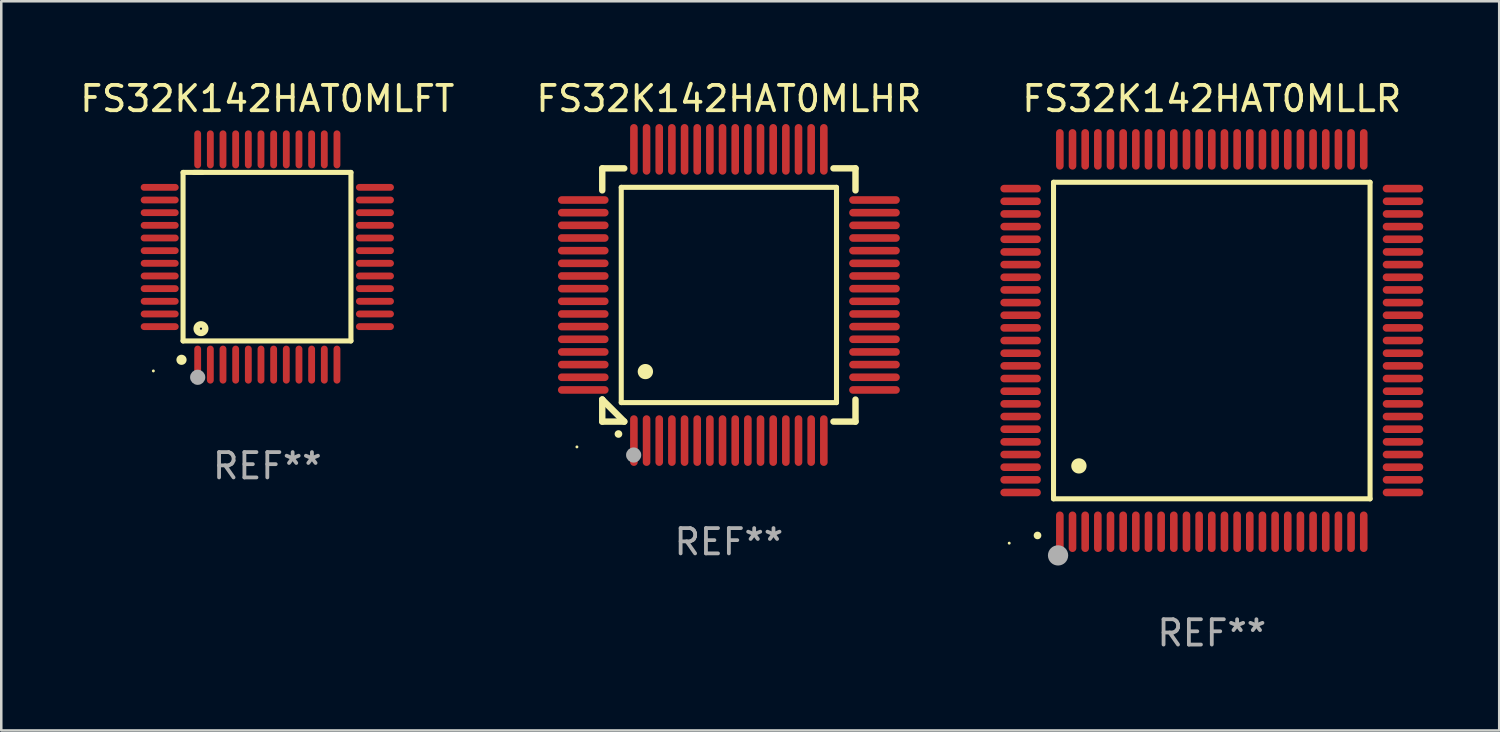
<source format=kicad_pcb>
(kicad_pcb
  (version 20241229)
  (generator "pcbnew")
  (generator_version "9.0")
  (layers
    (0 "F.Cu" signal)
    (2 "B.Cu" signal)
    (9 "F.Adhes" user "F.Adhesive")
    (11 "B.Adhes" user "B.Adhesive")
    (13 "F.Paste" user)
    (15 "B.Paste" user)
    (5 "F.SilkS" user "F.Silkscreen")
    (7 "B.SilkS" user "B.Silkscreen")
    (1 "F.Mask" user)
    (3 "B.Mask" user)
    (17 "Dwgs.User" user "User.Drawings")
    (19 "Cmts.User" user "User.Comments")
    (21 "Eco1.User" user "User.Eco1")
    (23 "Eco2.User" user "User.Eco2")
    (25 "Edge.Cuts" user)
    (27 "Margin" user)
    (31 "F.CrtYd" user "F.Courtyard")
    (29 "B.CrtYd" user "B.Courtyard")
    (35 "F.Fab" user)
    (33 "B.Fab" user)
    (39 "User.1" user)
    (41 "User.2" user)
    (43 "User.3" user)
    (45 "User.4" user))
  (footprint "FS32K142HAT0MLLR"
    (layer "F.Cu")
    (at 44.802 10.398)
    (property "Reference" "FS32K142HAT0MLLR" (at 0 -9.55 0) (layer "F.SilkS") (effects (font (size 1 1) (thickness 0.15))))
    (attr through_hole)
    (fp_line (start -6.25 -6.25) (end -6.25 6.25) (stroke (width 0.2) (type solid)) (layer "F.SilkS"))
    (fp_line (start -6.25 6.25) (end 6.25 6.25) (stroke (width 0.2) (type solid)) (layer "F.SilkS"))
    (fp_line (start 6.25 -6.25) (end -6.25 -6.25) (stroke (width 0.2) (type solid)) (layer "F.SilkS"))
    (fp_line (start 6.25 6.25) (end 6.25 -6.25) (stroke (width 0.2) (type solid)) (layer "F.SilkS"))
    (fp_arc (start -6.883414 7.696215) (mid -6.882144 7.69621) (end -6.880874 7.696215) (stroke (width 0.3) (type solid)) (layer "F.SilkS"))
    (fp_arc (start -5.250191 4.95047) (mid -5.247651 4.950459) (end -5.245111 4.95047) (stroke (width 0.6) (type solid)) (layer "F.SilkS"))
    (fp_circle (center -8 8) (end -7.97 8) (stroke (width 0.06) (type solid)) (fill no) (layer "F.SilkS"))
    (fp_circle (center -6.071 8.484) (end -5.871 8.484) (stroke (width 0.4) (type solid)) (fill no) (layer "F.Fab"))
    (fp_text user "REF**" (at 0 11.55 0) (layer "F.Fab") (effects (font (size 1 1) (thickness 0.15))))
    (pad "1" smd oval (at -6 7.55) (size 0.3 1.6) (layers "F.Cu" "F.Mask" "F.Paste"))
    (pad "2" smd oval (at -5.5 7.55) (size 0.3 1.6) (layers "F.Cu" "F.Mask" "F.Paste"))
    (pad "3" smd oval (at -5 7.55) (size 0.3 1.6) (layers "F.Cu" "F.Mask" "F.Paste"))
    (pad "4" smd oval (at -4.5 7.55) (size 0.3 1.6) (layers "F.Cu" "F.Mask" "F.Paste"))
    (pad "5" smd oval (at -4 7.55) (size 0.3 1.6) (layers "F.Cu" "F.Mask" "F.Paste"))
    (pad "6" smd oval (at -3.5 7.55) (size 0.3 1.6) (layers "F.Cu" "F.Mask" "F.Paste"))
    (pad "7" smd oval (at -3 7.55) (size 0.3 1.6) (layers "F.Cu" "F.Mask" "F.Paste"))
    (pad "8" smd oval (at -2.5 7.55) (size 0.3 1.6) (layers "F.Cu" "F.Mask" "F.Paste"))
    (pad "9" smd oval (at -2 7.55) (size 0.3 1.6) (layers "F.Cu" "F.Mask" "F.Paste"))
    (pad "10" smd oval (at -1.5 7.55) (size 0.3 1.6) (layers "F.Cu" "F.Mask" "F.Paste"))
    (pad "11" smd oval (at -1 7.55) (size 0.3 1.6) (layers "F.Cu" "F.Mask" "F.Paste"))
    (pad "12" smd oval (at -0.5 7.55) (size 0.3 1.6) (layers "F.Cu" "F.Mask" "F.Paste"))
    (pad "13" smd oval (at 0 7.55) (size 0.3 1.6) (layers "F.Cu" "F.Mask" "F.Paste"))
    (pad "14" smd oval (at 0.5 7.55) (size 0.3 1.6) (layers "F.Cu" "F.Mask" "F.Paste"))
    (pad "15" smd oval (at 1 7.55) (size 0.3 1.6) (layers "F.Cu" "F.Mask" "F.Paste"))
    (pad "16" smd oval (at 1.5 7.55) (size 0.3 1.6) (layers "F.Cu" "F.Mask" "F.Paste"))
    (pad "17" smd oval (at 2 7.55) (size 0.3 1.6) (layers "F.Cu" "F.Mask" "F.Paste"))
    (pad "18" smd oval (at 2.5 7.55) (size 0.3 1.6) (layers "F.Cu" "F.Mask" "F.Paste"))
    (pad "19" smd oval (at 3 7.55) (size 0.3 1.6) (layers "F.Cu" "F.Mask" "F.Paste"))
    (pad "20" smd oval (at 3.5 7.55) (size 0.3 1.6) (layers "F.Cu" "F.Mask" "F.Paste"))
    (pad "21" smd oval (at 4 7.55) (size 0.3 1.6) (layers "F.Cu" "F.Mask" "F.Paste"))
    (pad "22" smd oval (at 4.5 7.55) (size 0.3 1.6) (layers "F.Cu" "F.Mask" "F.Paste"))
    (pad "23" smd oval (at 5 7.55) (size 0.3 1.6) (layers "F.Cu" "F.Mask" "F.Paste"))
    (pad "24" smd oval (at 5.5 7.55) (size 0.3 1.6) (layers "F.Cu" "F.Mask" "F.Paste"))
    (pad "25" smd oval (at 6 7.55) (size 0.3 1.6) (layers "F.Cu" "F.Mask" "F.Paste"))
    (pad "26" smd oval (at 7.55 6) (size 1.6 0.3) (layers "F.Cu" "F.Mask" "F.Paste"))
    (pad "27" smd oval (at 7.55 5.5) (size 1.6 0.3) (layers "F.Cu" "F.Mask" "F.Paste"))
    (pad "28" smd oval (at 7.55 5) (size 1.6 0.3) (layers "F.Cu" "F.Mask" "F.Paste"))
    (pad "29" smd oval (at 7.55 4.5) (size 1.6 0.3) (layers "F.Cu" "F.Mask" "F.Paste"))
    (pad "30" smd oval (at 7.55 4) (size 1.6 0.3) (layers "F.Cu" "F.Mask" "F.Paste"))
    (pad "31" smd oval (at 7.55 3.5) (size 1.6 0.3) (layers "F.Cu" "F.Mask" "F.Paste"))
    (pad "32" smd oval (at 7.55 3) (size 1.6 0.3) (layers "F.Cu" "F.Mask" "F.Paste"))
    (pad "33" smd oval (at 7.55 2.5) (size 1.6 0.3) (layers "F.Cu" "F.Mask" "F.Paste"))
    (pad "34" smd oval (at 7.55 2) (size 1.6 0.3) (layers "F.Cu" "F.Mask" "F.Paste"))
    (pad "35" smd oval (at 7.55 1.5) (size 1.6 0.3) (layers "F.Cu" "F.Mask" "F.Paste"))
    (pad "36" smd oval (at 7.55 1) (size 1.6 0.3) (layers "F.Cu" "F.Mask" "F.Paste"))
    (pad "37" smd oval (at 7.55 0.5) (size 1.6 0.3) (layers "F.Cu" "F.Mask" "F.Paste"))
    (pad "38" smd oval (at 7.55 0) (size 1.6 0.3) (layers "F.Cu" "F.Mask" "F.Paste"))
    (pad "39" smd oval (at 7.55 -0.5) (size 1.6 0.3) (layers "F.Cu" "F.Mask" "F.Paste"))
    (pad "40" smd oval (at 7.55 -1) (size 1.6 0.3) (layers "F.Cu" "F.Mask" "F.Paste"))
    (pad "41" smd oval (at 7.55 -1.5) (size 1.6 0.3) (layers "F.Cu" "F.Mask" "F.Paste"))
    (pad "42" smd oval (at 7.55 -2) (size 1.6 0.3) (layers "F.Cu" "F.Mask" "F.Paste"))
    (pad "43" smd oval (at 7.55 -2.5) (size 1.6 0.3) (layers "F.Cu" "F.Mask" "F.Paste"))
    (pad "44" smd oval (at 7.55 -3) (size 1.6 0.3) (layers "F.Cu" "F.Mask" "F.Paste"))
    (pad "45" smd oval (at 7.55 -3.5) (size 1.6 0.3) (layers "F.Cu" "F.Mask" "F.Paste"))
    (pad "46" smd oval (at 7.55 -4) (size 1.6 0.3) (layers "F.Cu" "F.Mask" "F.Paste"))
    (pad "47" smd oval (at 7.55 -4.5) (size 1.6 0.3) (layers "F.Cu" "F.Mask" "F.Paste"))
    (pad "48" smd oval (at 7.55 -5) (size 1.6 0.3) (layers "F.Cu" "F.Mask" "F.Paste"))
    (pad "49" smd oval (at 7.55 -5.5) (size 1.6 0.3) (layers "F.Cu" "F.Mask" "F.Paste"))
    (pad "50" smd oval (at 7.55 -6) (size 1.6 0.3) (layers "F.Cu" "F.Mask" "F.Paste"))
    (pad "51" smd oval (at 6 -7.55) (size 0.3 1.6) (layers "F.Cu" "F.Mask" "F.Paste"))
    (pad "52" smd oval (at 5.5 -7.55) (size 0.3 1.6) (layers "F.Cu" "F.Mask" "F.Paste"))
    (pad "53" smd oval (at 5 -7.55) (size 0.3 1.6) (layers "F.Cu" "F.Mask" "F.Paste"))
    (pad "54" smd oval (at 4.5 -7.55) (size 0.3 1.6) (layers "F.Cu" "F.Mask" "F.Paste"))
    (pad "55" smd oval (at 4 -7.55) (size 0.3 1.6) (layers "F.Cu" "F.Mask" "F.Paste"))
    (pad "56" smd oval (at 3.5 -7.55) (size 0.3 1.6) (layers "F.Cu" "F.Mask" "F.Paste"))
    (pad "57" smd oval (at 3 -7.55) (size 0.3 1.6) (layers "F.Cu" "F.Mask" "F.Paste"))
    (pad "58" smd oval (at 2.5 -7.55) (size 0.3 1.6) (layers "F.Cu" "F.Mask" "F.Paste"))
    (pad "59" smd oval (at 2 -7.55) (size 0.3 1.6) (layers "F.Cu" "F.Mask" "F.Paste"))
    (pad "60" smd oval (at 1.5 -7.55) (size 0.3 1.6) (layers "F.Cu" "F.Mask" "F.Paste"))
    (pad "61" smd oval (at 1 -7.55) (size 0.3 1.6) (layers "F.Cu" "F.Mask" "F.Paste"))
    (pad "62" smd oval (at 0.5 -7.55) (size 0.3 1.6) (layers "F.Cu" "F.Mask" "F.Paste"))
    (pad "63" smd oval (at 0 -7.55) (size 0.3 1.6) (layers "F.Cu" "F.Mask" "F.Paste"))
    (pad "64" smd oval (at -0.5 -7.55) (size 0.3 1.6) (layers "F.Cu" "F.Mask" "F.Paste"))
    (pad "65" smd oval (at -1 -7.55) (size 0.3 1.6) (layers "F.Cu" "F.Mask" "F.Paste"))
    (pad "66" smd oval (at -1.5 -7.55) (size 0.3 1.6) (layers "F.Cu" "F.Mask" "F.Paste"))
    (pad "67" smd oval (at -2 -7.55) (size 0.3 1.6) (layers "F.Cu" "F.Mask" "F.Paste"))
    (pad "68" smd oval (at -2.5 -7.55) (size 0.3 1.6) (layers "F.Cu" "F.Mask" "F.Paste"))
    (pad "69" smd oval (at -3 -7.55) (size 0.3 1.6) (layers "F.Cu" "F.Mask" "F.Paste"))
    (pad "70" smd oval (at -3.5 -7.55) (size 0.3 1.6) (layers "F.Cu" "F.Mask" "F.Paste"))
    (pad "71" smd oval (at -4 -7.55) (size 0.3 1.6) (layers "F.Cu" "F.Mask" "F.Paste"))
    (pad "72" smd oval (at -4.5 -7.55) (size 0.3 1.6) (layers "F.Cu" "F.Mask" "F.Paste"))
    (pad "73" smd oval (at -5 -7.55) (size 0.3 1.6) (layers "F.Cu" "F.Mask" "F.Paste"))
    (pad "74" smd oval (at -5.5 -7.55) (size 0.3 1.6) (layers "F.Cu" "F.Mask" "F.Paste"))
    (pad "75" smd oval (at -6 -7.55) (size 0.3 1.6) (layers "F.Cu" "F.Mask" "F.Paste"))
    (pad "76" smd oval (at -7.55 -6) (size 1.6 0.3) (layers "F.Cu" "F.Mask" "F.Paste"))
    (pad "77" smd oval (at -7.55 -5.5) (size 1.6 0.3) (layers "F.Cu" "F.Mask" "F.Paste"))
    (pad "78" smd oval (at -7.55 -5) (size 1.6 0.3) (layers "F.Cu" "F.Mask" "F.Paste"))
    (pad "79" smd oval (at -7.55 -4.5) (size 1.6 0.3) (layers "F.Cu" "F.Mask" "F.Paste"))
    (pad "80" smd oval (at -7.55 -4) (size 1.6 0.3) (layers "F.Cu" "F.Mask" "F.Paste"))
    (pad "81" smd oval (at -7.55 -3.5) (size 1.6 0.3) (layers "F.Cu" "F.Mask" "F.Paste"))
    (pad "82" smd oval (at -7.55 -3) (size 1.6 0.3) (layers "F.Cu" "F.Mask" "F.Paste"))
    (pad "83" smd oval (at -7.55 -2.5) (size 1.6 0.3) (layers "F.Cu" "F.Mask" "F.Paste"))
    (pad "84" smd oval (at -7.55 -2) (size 1.6 0.3) (layers "F.Cu" "F.Mask" "F.Paste"))
    (pad "85" smd oval (at -7.55 -1.5) (size 1.6 0.3) (layers "F.Cu" "F.Mask" "F.Paste"))
    (pad "86" smd oval (at -7.55 -1) (size 1.6 0.3) (layers "F.Cu" "F.Mask" "F.Paste"))
    (pad "87" smd oval (at -7.55 -0.5) (size 1.6 0.3) (layers "F.Cu" "F.Mask" "F.Paste"))
    (pad "88" smd oval (at -7.55 0) (size 1.6 0.3) (layers "F.Cu" "F.Mask" "F.Paste"))
    (pad "89" smd oval (at -7.55 0.5) (size 1.6 0.3) (layers "F.Cu" "F.Mask" "F.Paste"))
    (pad "90" smd oval (at -7.55 1) (size 1.6 0.3) (layers "F.Cu" "F.Mask" "F.Paste"))
    (pad "91" smd oval (at -7.55 1.5) (size 1.6 0.3) (layers "F.Cu" "F.Mask" "F.Paste"))
    (pad "92" smd oval (at -7.55 2) (size 1.6 0.3) (layers "F.Cu" "F.Mask" "F.Paste"))
    (pad "93" smd oval (at -7.55 2.5) (size 1.6 0.3) (layers "F.Cu" "F.Mask" "F.Paste"))
    (pad "94" smd oval (at -7.55 3) (size 1.6 0.3) (layers "F.Cu" "F.Mask" "F.Paste"))
    (pad "95" smd oval (at -7.55 3.5) (size 1.6 0.3) (layers "F.Cu" "F.Mask" "F.Paste"))
    (pad "96" smd oval (at -7.55 4) (size 1.6 0.3) (layers "F.Cu" "F.Mask" "F.Paste"))
    (pad "97" smd oval (at -7.55 4.5) (size 1.6 0.3) (layers "F.Cu" "F.Mask" "F.Paste"))
    (pad "98" smd oval (at -7.55 5) (size 1.6 0.3) (layers "F.Cu" "F.Mask" "F.Paste"))
    (pad "99" smd oval (at -7.55 5.5) (size 1.6 0.3) (layers "F.Cu" "F.Mask" "F.Paste"))
    (pad "100" smd oval (at -7.55 6) (size 1.6 0.3) (layers "F.Cu" "F.Mask" "F.Paste")))
  (footprint "FS32K142HAT0MLHR"
    (layer "F.Cu")
    (at 25.732 8.598)
    (property "Reference" "FS32K142HAT0MLHR" (at 0 -7.75 0) (layer "F.SilkS") (effects (font (size 1 1) (thickness 0.15))))
    (attr through_hole)
    (fp_line (start -5 -5) (end -4.131 -5) (stroke (width 0.254) (type solid)) (layer "F.SilkS"))
    (fp_line (start -5 -4.131) (end -5 -5) (stroke (width 0.254) (type solid)) (layer "F.SilkS"))
    (fp_line (start -5 4.131) (end -5 4.131) (stroke (width 0.254) (type solid)) (layer "F.SilkS"))
    (fp_line (start -5 5) (end -5 4.131) (stroke (width 0.254) (type solid)) (layer "F.SilkS"))
    (fp_line (start -5 4.131) (end -4.131 5) (stroke (width 0.254) (type solid)) (layer "F.SilkS"))
    (fp_line (start -4.25 -4.25) (end -4.25 4.25) (stroke (width 0.2) (type solid)) (layer "F.SilkS"))
    (fp_line (start -4.25 4.25) (end 4.25 4.25) (stroke (width 0.2) (type solid)) (layer "F.SilkS"))
    (fp_line (start -4.131 5) (end -5 5) (stroke (width 0.254) (type solid)) (layer "F.SilkS"))
    (fp_line (start 4.25 -4.25) (end -4.25 -4.25) (stroke (width 0.2) (type solid)) (layer "F.SilkS"))
    (fp_line (start 4.25 4.25) (end 4.25 -4.25) (stroke (width 0.2) (type solid)) (layer "F.SilkS"))
    (fp_line (start 5 -5) (end 4.131 -5) (stroke (width 0.254) (type solid)) (layer "F.SilkS"))
    (fp_line (start 5 -5) (end 5 -4.131) (stroke (width 0.254) (type solid)) (layer "F.SilkS"))
    (fp_line (start 5 4.131) (end 5 5) (stroke (width 0.254) (type solid)) (layer "F.SilkS"))
    (fp_line (start 5 5) (end 4.131 5) (stroke (width 0.254) (type solid)) (layer "F.SilkS"))
    (fp_arc (start -4.361265 5.489992) (mid -4.359995 5.489987) (end -4.358725 5.489992) (stroke (width 0.3) (type solid)) (layer "F.SilkS"))
    (fp_arc (start -3.299467 3.025146) (mid -3.296927 3.025135) (end -3.294387 3.025146) (stroke (width 0.6) (type solid)) (layer "F.SilkS"))
    (fp_circle (center -6 6) (end -5.97 6) (stroke (width 0.06) (type solid)) (fill no) (layer "F.SilkS"))
    (fp_circle (center -3.76 6.32) (end -3.61 6.32) (stroke (width 0.3) (type solid)) (fill no) (layer "F.Fab"))
    (fp_text user "REF**" (at 0 9.75 0) (layer "F.Fab") (effects (font (size 1 1) (thickness 0.15))))
    (pad "1" smd oval (at -3.75 5.75) (size 0.3 2) (layers "F.Cu" "F.Mask" "F.Paste"))
    (pad "2" smd oval (at -3.25 5.75) (size 0.3 2) (layers "F.Cu" "F.Mask" "F.Paste"))
    (pad "3" smd oval (at -2.75 5.75) (size 0.3 2) (layers "F.Cu" "F.Mask" "F.Paste"))
    (pad "4" smd oval (at -2.25 5.75) (size 0.3 2) (layers "F.Cu" "F.Mask" "F.Paste"))
    (pad "5" smd oval (at -1.75 5.75) (size 0.3 2) (layers "F.Cu" "F.Mask" "F.Paste"))
    (pad "6" smd oval (at -1.25 5.75) (size 0.3 2) (layers "F.Cu" "F.Mask" "F.Paste"))
    (pad "7" smd oval (at -0.75 5.75) (size 0.3 2) (layers "F.Cu" "F.Mask" "F.Paste"))
    (pad "8" smd oval (at -0.25 5.75) (size 0.3 2) (layers "F.Cu" "F.Mask" "F.Paste"))
    (pad "9" smd oval (at 0.25 5.75) (size 0.3 2) (layers "F.Cu" "F.Mask" "F.Paste"))
    (pad "10" smd oval (at 0.75 5.75) (size 0.3 2) (layers "F.Cu" "F.Mask" "F.Paste"))
    (pad "11" smd oval (at 1.25 5.75) (size 0.3 2) (layers "F.Cu" "F.Mask" "F.Paste"))
    (pad "12" smd oval (at 1.75 5.75) (size 0.3 2) (layers "F.Cu" "F.Mask" "F.Paste"))
    (pad "13" smd oval (at 2.25 5.75) (size 0.3 2) (layers "F.Cu" "F.Mask" "F.Paste"))
    (pad "14" smd oval (at 2.75 5.75) (size 0.3 2) (layers "F.Cu" "F.Mask" "F.Paste"))
    (pad "15" smd oval (at 3.25 5.75) (size 0.3 2) (layers "F.Cu" "F.Mask" "F.Paste"))
    (pad "16" smd oval (at 3.75 5.75) (size 0.3 2) (layers "F.Cu" "F.Mask" "F.Paste"))
    (pad "17" smd oval (at 5.75 3.75) (size 2 0.3) (layers "F.Cu" "F.Mask" "F.Paste"))
    (pad "18" smd oval (at 5.75 3.25) (size 2 0.3) (layers "F.Cu" "F.Mask" "F.Paste"))
    (pad "19" smd oval (at 5.75 2.75) (size 2 0.3) (layers "F.Cu" "F.Mask" "F.Paste"))
    (pad "20" smd oval (at 5.75 2.25) (size 2 0.3) (layers "F.Cu" "F.Mask" "F.Paste"))
    (pad "21" smd oval (at 5.75 1.75) (size 2 0.3) (layers "F.Cu" "F.Mask" "F.Paste"))
    (pad "22" smd oval (at 5.75 1.25) (size 2 0.3) (layers "F.Cu" "F.Mask" "F.Paste"))
    (pad "23" smd oval (at 5.75 0.75) (size 2 0.3) (layers "F.Cu" "F.Mask" "F.Paste"))
    (pad "24" smd oval (at 5.75 0.25) (size 2 0.3) (layers "F.Cu" "F.Mask" "F.Paste"))
    (pad "25" smd oval (at 5.75 -0.25) (size 2 0.3) (layers "F.Cu" "F.Mask" "F.Paste"))
    (pad "26" smd oval (at 5.75 -0.75) (size 2 0.3) (layers "F.Cu" "F.Mask" "F.Paste"))
    (pad "27" smd oval (at 5.75 -1.25) (size 2 0.3) (layers "F.Cu" "F.Mask" "F.Paste"))
    (pad "28" smd oval (at 5.75 -1.75) (size 2 0.3) (layers "F.Cu" "F.Mask" "F.Paste"))
    (pad "29" smd oval (at 5.75 -2.25) (size 2 0.3) (layers "F.Cu" "F.Mask" "F.Paste"))
    (pad "30" smd oval (at 5.75 -2.75) (size 2 0.3) (layers "F.Cu" "F.Mask" "F.Paste"))
    (pad "31" smd oval (at 5.75 -3.25) (size 2 0.3) (layers "F.Cu" "F.Mask" "F.Paste"))
    (pad "32" smd oval (at 5.75 -3.75) (size 2 0.3) (layers "F.Cu" "F.Mask" "F.Paste"))
    (pad "33" smd oval (at 3.75 -5.75) (size 0.3 2) (layers "F.Cu" "F.Mask" "F.Paste"))
    (pad "34" smd oval (at 3.25 -5.75) (size 0.3 2) (layers "F.Cu" "F.Mask" "F.Paste"))
    (pad "35" smd oval (at 2.75 -5.75) (size 0.3 2) (layers "F.Cu" "F.Mask" "F.Paste"))
    (pad "36" smd oval (at 2.25 -5.75) (size 0.3 2) (layers "F.Cu" "F.Mask" "F.Paste"))
    (pad "37" smd oval (at 1.75 -5.75) (size 0.3 2) (layers "F.Cu" "F.Mask" "F.Paste"))
    (pad "38" smd oval (at 1.25 -5.75) (size 0.3 2) (layers "F.Cu" "F.Mask" "F.Paste"))
    (pad "39" smd oval (at 0.75 -5.75) (size 0.3 2) (layers "F.Cu" "F.Mask" "F.Paste"))
    (pad "40" smd oval (at 0.25 -5.75) (size 0.3 2) (layers "F.Cu" "F.Mask" "F.Paste"))
    (pad "41" smd oval (at -0.25 -5.75) (size 0.3 2) (layers "F.Cu" "F.Mask" "F.Paste"))
    (pad "42" smd oval (at -0.75 -5.75) (size 0.3 2) (layers "F.Cu" "F.Mask" "F.Paste"))
    (pad "43" smd oval (at -1.25 -5.75) (size 0.3 2) (layers "F.Cu" "F.Mask" "F.Paste"))
    (pad "44" smd oval (at -1.75 -5.75) (size 0.3 2) (layers "F.Cu" "F.Mask" "F.Paste"))
    (pad "45" smd oval (at -2.25 -5.75) (size 0.3 2) (layers "F.Cu" "F.Mask" "F.Paste"))
    (pad "46" smd oval (at -2.75 -5.75) (size 0.3 2) (layers "F.Cu" "F.Mask" "F.Paste"))
    (pad "47" smd oval (at -3.25 -5.75) (size 0.3 2) (layers "F.Cu" "F.Mask" "F.Paste"))
    (pad "48" smd oval (at -3.75 -5.75) (size 0.3 2) (layers "F.Cu" "F.Mask" "F.Paste"))
    (pad "49" smd oval (at -5.75 -3.75) (size 2 0.3) (layers "F.Cu" "F.Mask" "F.Paste"))
    (pad "50" smd oval (at -5.75 -3.25) (size 2 0.3) (layers "F.Cu" "F.Mask" "F.Paste"))
    (pad "51" smd oval (at -5.75 -2.75) (size 2 0.3) (layers "F.Cu" "F.Mask" "F.Paste"))
    (pad "52" smd oval (at -5.75 -2.25) (size 2 0.3) (layers "F.Cu" "F.Mask" "F.Paste"))
    (pad "53" smd oval (at -5.75 -1.75) (size 2 0.3) (layers "F.Cu" "F.Mask" "F.Paste"))
    (pad "54" smd oval (at -5.75 -1.25) (size 2 0.3) (layers "F.Cu" "F.Mask" "F.Paste"))
    (pad "55" smd oval (at -5.75 -0.75) (size 2 0.3) (layers "F.Cu" "F.Mask" "F.Paste"))
    (pad "56" smd oval (at -5.75 -0.25) (size 2 0.3) (layers "F.Cu" "F.Mask" "F.Paste"))
    (pad "57" smd oval (at -5.75 0.25) (size 2 0.3) (layers "F.Cu" "F.Mask" "F.Paste"))
    (pad "58" smd oval (at -5.75 0.75) (size 2 0.3) (layers "F.Cu" "F.Mask" "F.Paste"))
    (pad "59" smd oval (at -5.75 1.25) (size 2 0.3) (layers "F.Cu" "F.Mask" "F.Paste"))
    (pad "60" smd oval (at -5.75 1.75) (size 2 0.3) (layers "F.Cu" "F.Mask" "F.Paste"))
    (pad "61" smd oval (at -5.75 2.25) (size 2 0.3) (layers "F.Cu" "F.Mask" "F.Paste"))
    (pad "62" smd oval (at -5.75 2.75) (size 2 0.3) (layers "F.Cu" "F.Mask" "F.Paste"))
    (pad "63" smd oval (at -5.75 3.25) (size 2 0.3) (layers "F.Cu" "F.Mask" "F.Paste"))
    (pad "64" smd oval (at -5.75 3.75) (size 2 0.3) (layers "F.Cu" "F.Mask" "F.Paste")))
  (footprint "FS32K142HAT0MLFT"
    (layer "F.Cu")
    (at 7.506 7.098)
    (property "Reference" "FS32K142HAT0MLFT" (at 0 -6.25 0) (layer "F.SilkS") (effects (font (size 1 1) (thickness 0.15))))
    (attr through_hole)
    (fp_line (start -3.327 -3.34) (end -2.565 -3.34) (stroke (width 0.2) (type solid)) (layer "F.SilkS"))
    (fp_line (start -3.327 3.315) (end -3.327 -3.34) (stroke (width 0.2) (type solid)) (layer "F.SilkS"))
    (fp_line (start -2.896 -3.34) (end 3.302 -3.34) (stroke (width 0.2) (type solid)) (layer "F.SilkS"))
    (fp_line (start 3.302 -3.34) (end 3.302 3.315) (stroke (width 0.2) (type solid)) (layer "F.SilkS"))
    (fp_line (start 3.302 3.315) (end -3.327 3.315) (stroke (width 0.2) (type solid)) (layer "F.SilkS"))
    (fp_arc (start -3.389992 4.059995) (mid -3.388722 4.059991) (end -3.387452 4.059995) (stroke (width 0.4) (type solid)) (layer "F.SilkS"))
    (fp_circle (center -4.5 4.5) (end -4.47 4.5) (stroke (width 0.06) (type solid)) (fill no) (layer "F.SilkS"))
    (fp_circle (center -2.62 2.83) (end -2.45 2.83) (stroke (width 0.254) (type solid)) (fill no) (layer "F.SilkS"))
    (fp_circle (center -2.75 4.75) (end -2.6 4.75) (stroke (width 0.3) (type solid)) (fill no) (layer "F.Fab"))
    (fp_text user "REF**" (at 0 8.25 0) (layer "F.Fab") (effects (font (size 1 1) (thickness 0.15))))
    (pad "1" smd oval (at -2.75 4.25) (size 0.27 1.5) (layers "F.Cu" "F.Mask" "F.Paste"))
    (pad "2" smd oval (at -2.25 4.25) (size 0.27 1.5) (layers "F.Cu" "F.Mask" "F.Paste"))
    (pad "3" smd oval (at -1.75 4.25) (size 0.27 1.5) (layers "F.Cu" "F.Mask" "F.Paste"))
    (pad "4" smd oval (at -1.25 4.25) (size 0.27 1.5) (layers "F.Cu" "F.Mask" "F.Paste"))
    (pad "5" smd oval (at -0.75 4.25) (size 0.27 1.5) (layers "F.Cu" "F.Mask" "F.Paste"))
    (pad "6" smd oval (at -0.25 4.25) (size 0.27 1.5) (layers "F.Cu" "F.Mask" "F.Paste"))
    (pad "7" smd oval (at 0.25 4.25) (size 0.27 1.5) (layers "F.Cu" "F.Mask" "F.Paste"))
    (pad "8" smd oval (at 0.75 4.25) (size 0.27 1.5) (layers "F.Cu" "F.Mask" "F.Paste"))
    (pad "9" smd oval (at 1.25 4.25) (size 0.27 1.5) (layers "F.Cu" "F.Mask" "F.Paste"))
    (pad "10" smd oval (at 1.75 4.25) (size 0.27 1.5) (layers "F.Cu" "F.Mask" "F.Paste"))
    (pad "11" smd oval (at 2.25 4.25) (size 0.27 1.5) (layers "F.Cu" "F.Mask" "F.Paste"))
    (pad "12" smd oval (at 2.75 4.25) (size 0.27 1.5) (layers "F.Cu" "F.Mask" "F.Paste"))
    (pad "13" smd oval (at 4.25 2.75) (size 1.5 0.27) (layers "F.Cu" "F.Mask" "F.Paste"))
    (pad "14" smd oval (at 4.25 2.25) (size 1.5 0.27) (layers "F.Cu" "F.Mask" "F.Paste"))
    (pad "15" smd oval (at 4.25 1.75) (size 1.5 0.27) (layers "F.Cu" "F.Mask" "F.Paste"))
    (pad "16" smd oval (at 4.25 1.25) (size 1.5 0.27) (layers "F.Cu" "F.Mask" "F.Paste"))
    (pad "17" smd oval (at 4.25 0.75) (size 1.5 0.27) (layers "F.Cu" "F.Mask" "F.Paste"))
    (pad "18" smd oval (at 4.25 0.25) (size 1.5 0.27) (layers "F.Cu" "F.Mask" "F.Paste"))
    (pad "19" smd oval (at 4.25 -0.25) (size 1.5 0.27) (layers "F.Cu" "F.Mask" "F.Paste"))
    (pad "20" smd oval (at 4.25 -0.75) (size 1.5 0.27) (layers "F.Cu" "F.Mask" "F.Paste"))
    (pad "21" smd oval (at 4.25 -1.25) (size 1.5 0.27) (layers "F.Cu" "F.Mask" "F.Paste"))
    (pad "22" smd oval (at 4.25 -1.75) (size 1.5 0.27) (layers "F.Cu" "F.Mask" "F.Paste"))
    (pad "23" smd oval (at 4.25 -2.25) (size 1.5 0.27) (layers "F.Cu" "F.Mask" "F.Paste"))
    (pad "24" smd oval (at 4.25 -2.75) (size 1.5 0.27) (layers "F.Cu" "F.Mask" "F.Paste"))
    (pad "25" smd oval (at 2.75 -4.25) (size 0.27 1.5) (layers "F.Cu" "F.Mask" "F.Paste"))
    (pad "26" smd oval (at 2.25 -4.25) (size 0.27 1.5) (layers "F.Cu" "F.Mask" "F.Paste"))
    (pad "27" smd oval (at 1.75 -4.25) (size 0.27 1.5) (layers "F.Cu" "F.Mask" "F.Paste"))
    (pad "28" smd oval (at 1.25 -4.25) (size 0.27 1.5) (layers "F.Cu" "F.Mask" "F.Paste"))
    (pad "29" smd oval (at 0.75 -4.25) (size 0.27 1.5) (layers "F.Cu" "F.Mask" "F.Paste"))
    (pad "30" smd oval (at 0.25 -4.25) (size 0.27 1.5) (layers "F.Cu" "F.Mask" "F.Paste"))
    (pad "31" smd oval (at -0.25 -4.25) (size 0.27 1.5) (layers "F.Cu" "F.Mask" "F.Paste"))
    (pad "32" smd oval (at -0.75 -4.25) (size 0.27 1.5) (layers "F.Cu" "F.Mask" "F.Paste"))
    (pad "33" smd oval (at -1.25 -4.25) (size 0.27 1.5) (layers "F.Cu" "F.Mask" "F.Paste"))
    (pad "34" smd oval (at -1.75 -4.25) (size 0.27 1.5) (layers "F.Cu" "F.Mask" "F.Paste"))
    (pad "35" smd oval (at -2.25 -4.25) (size 0.27 1.5) (layers "F.Cu" "F.Mask" "F.Paste"))
    (pad "36" smd oval (at -2.75 -4.25) (size 0.27 1.5) (layers "F.Cu" "F.Mask" "F.Paste"))
    (pad "37" smd oval (at -4.25 -2.75) (size 1.5 0.27) (layers "F.Cu" "F.Mask" "F.Paste"))
    (pad "38" smd oval (at -4.25 -2.25) (size 1.5 0.27) (layers "F.Cu" "F.Mask" "F.Paste"))
    (pad "39" smd oval (at -4.25 -1.75) (size 1.5 0.27) (layers "F.Cu" "F.Mask" "F.Paste"))
    (pad "40" smd oval (at -4.25 -1.25) (size 1.5 0.27) (layers "F.Cu" "F.Mask" "F.Paste"))
    (pad "41" smd oval (at -4.25 -0.75) (size 1.5 0.27) (layers "F.Cu" "F.Mask" "F.Paste"))
    (pad "42" smd oval (at -4.25 -0.25) (size 1.5 0.27) (layers "F.Cu" "F.Mask" "F.Paste"))
    (pad "43" smd oval (at -4.25 0.25) (size 1.5 0.27) (layers "F.Cu" "F.Mask" "F.Paste"))
    (pad "44" smd oval (at -4.25 0.75) (size 1.5 0.27) (layers "F.Cu" "F.Mask" "F.Paste"))
    (pad "45" smd oval (at -4.25 1.25) (size 1.5 0.27) (layers "F.Cu" "F.Mask" "F.Paste"))
    (pad "46" smd oval (at -4.25 1.75) (size 1.5 0.27) (layers "F.Cu" "F.Mask" "F.Paste"))
    (pad "47" smd oval (at -4.25 2.25) (size 1.5 0.27) (layers "F.Cu" "F.Mask" "F.Paste"))
    (pad "48" smd oval (at -4.25 2.75) (size 1.5 0.27) (layers "F.Cu" "F.Mask" "F.Paste")))
  (gr_rect
    (start -3 -3)
    (end 56.152 25.796)
    (stroke (width 0.1) (type default))
    (fill no)
    (layer "Edge.Cuts")))
</source>
